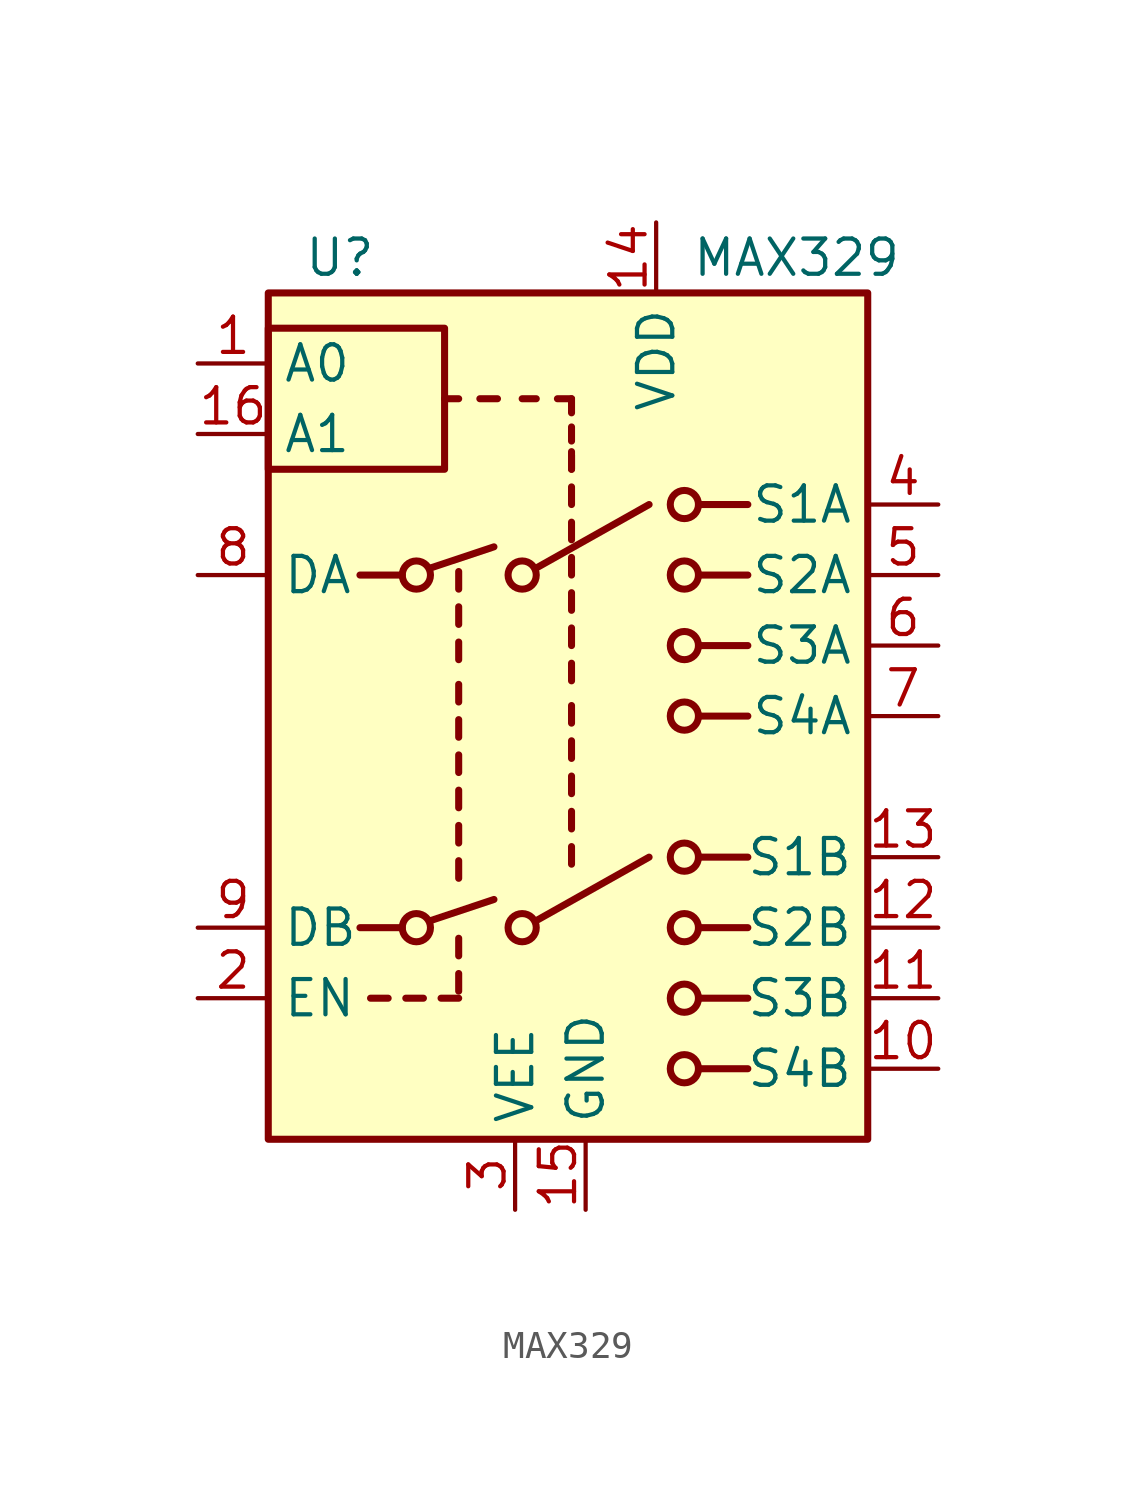
<source format=kicad_sym>
(kicad_symbol_lib
  (version 20220914)
  (generator kicad_symbol_editor)
  (symbol "MAX329"
    (property "Reference" "U"
      (at -10.16 16.51 0)
      (effects (font (size 1.27 1.27)) (justify left)))
    (property "Value" "MAX329"
      (at 3.81 16.51 0)
      (effects (font (size 1.27 1.27)) (justify left)))
    (symbol "MAX329_0_1"
      (rectangle (start -11.43 8.89) (end -5.08 13.97) (stroke (width 0.254) (type solid)) (fill (type none)))
      (rectangle (start -11.43 15.24) (end 10.16 -15.24) (stroke (width 0.254) (type solid)) (fill (type background)))
      (circle (center -6.096 -7.62) (radius 0.508) (stroke (width 0.254) (type solid)) (fill (type none)))
      (circle (center -6.096 5.08) (radius 0.508) (stroke (width 0.254) (type solid)) (fill (type none)))
      (circle (center -2.286 -7.62) (radius 0.508) (stroke (width 0.254) (type solid)) (fill (type none)))
      (circle (center -2.286 5.08) (radius 0.508) (stroke (width 0.254) (type solid)) (fill (type none)))
      (polyline (pts (xy -8.128 -7.62) (xy -6.604 -7.62)) (stroke (width 0.254) (type solid)) (fill (type none)))
      (polyline (pts (xy -8.128 5.08) (xy -6.604 5.08)) (stroke (width 0.254) (type solid)) (fill (type none)))
      (polyline (pts (xy -5.588 -7.366) (xy -3.302 -6.604)) (stroke (width 0.254) (type solid)) (fill (type none)))
      (polyline (pts (xy -5.588 5.334) (xy -3.302 6.096)) (stroke (width 0.254) (type solid)) (fill (type none)))
      (polyline (pts (xy -4.572 -10.16) (xy -5.207 -10.16)) (stroke (width 0.254) (type solid)) (fill (type none)))
      (polyline (pts (xy -4.572 -9.906) (xy -4.572 -9.271)) (stroke (width 0.254) (type solid)) (fill (type none)))
      (polyline (pts (xy -4.572 -8.636) (xy -4.572 -8.001)) (stroke (width 0.254) (type solid)) (fill (type none)))
      (polyline (pts (xy -4.572 -5.842) (xy -4.572 -5.207)) (stroke (width 0.254) (type solid)) (fill (type none)))
      (polyline (pts (xy -4.572 -4.572) (xy -4.572 -3.937)) (stroke (width 0.254) (type solid)) (fill (type none)))
      (polyline (pts (xy -4.572 -3.302) (xy -4.572 -2.667)) (stroke (width 0.254) (type solid)) (fill (type none)))
      (polyline (pts (xy -4.572 -2.032) (xy -4.572 -1.397)) (stroke (width 0.254) (type solid)) (fill (type none)))
      (polyline (pts (xy -4.572 -0.762) (xy -4.572 -0.127)) (stroke (width 0.254) (type solid)) (fill (type none)))
      (polyline (pts (xy -4.572 0.508) (xy -4.572 1.143)) (stroke (width 0.254) (type solid)) (fill (type none)))
      (polyline (pts (xy -4.572 2.032) (xy -4.572 2.667)) (stroke (width 0.254) (type solid)) (fill (type none)))
      (polyline (pts (xy -4.572 3.302) (xy -4.572 3.937)) (stroke (width 0.254) (type solid)) (fill (type none)))
      (polyline (pts (xy -4.572 4.572) (xy -4.572 5.207)) (stroke (width 0.254) (type solid)) (fill (type none)))
      (polyline (pts (xy -4.572 11.43) (xy -5.08 11.43)) (stroke (width 0.254) (type solid)) (fill (type none)))
      (polyline (pts (xy -3.81 11.43) (xy -3.175 11.43)) (stroke (width 0.254) (type solid)) (fill (type none)))
      (polyline (pts (xy -1.778 -7.366) (xy 2.286 -5.08)) (stroke (width 0.254) (type solid)) (fill (type none)))
      (polyline (pts (xy -1.778 5.334) (xy 2.286 7.62)) (stroke (width 0.254) (type solid)) (fill (type none)))
      (polyline (pts (xy -1.778 11.43) (xy -2.286 11.43)) (stroke (width 0.254) (type solid)) (fill (type none)))
      (polyline (pts (xy -0.508 -5.334) (xy -0.508 -4.699)) (stroke (width 0.254) (type solid)) (fill (type none)))
      (polyline (pts (xy -0.508 -4.064) (xy -0.508 -3.429)) (stroke (width 0.254) (type solid)) (fill (type none)))
      (polyline (pts (xy -0.508 -2.794) (xy -0.508 -2.159)) (stroke (width 0.254) (type solid)) (fill (type none)))
      (polyline (pts (xy -0.508 -1.524) (xy -0.508 -0.889)) (stroke (width 0.254) (type solid)) (fill (type none)))
      (polyline (pts (xy -0.508 -0.254) (xy -0.508 0.381)) (stroke (width 0.254) (type solid)) (fill (type none)))
      (polyline (pts (xy -0.508 1.27) (xy -0.508 1.905)) (stroke (width 0.254) (type solid)) (fill (type none)))
      (polyline (pts (xy -0.508 2.54) (xy -0.508 3.175)) (stroke (width 0.254) (type solid)) (fill (type none)))
      (polyline (pts (xy -0.508 3.81) (xy -0.508 4.445)) (stroke (width 0.254) (type solid)) (fill (type none)))
      (polyline (pts (xy -0.508 5.08) (xy -0.508 5.715)) (stroke (width 0.254) (type solid)) (fill (type none)))
      (polyline (pts (xy -0.508 6.35) (xy -0.508 6.985)) (stroke (width 0.254) (type solid)) (fill (type none)))
      (polyline (pts (xy -0.508 7.62) (xy -0.508 8.255)) (stroke (width 0.254) (type solid)) (fill (type none)))
      (polyline (pts (xy -0.508 8.89) (xy -0.508 9.398)) (stroke (width 0.254) (type solid)) (fill (type none)))
      (polyline (pts (xy -0.508 8.89) (xy -0.508 9.525)) (stroke (width 0.254) (type solid)) (fill (type none)))
      (polyline (pts (xy -0.508 9.906) (xy -0.508 10.414)) (stroke (width 0.254) (type solid)) (fill (type none)))
      (polyline (pts (xy -0.508 10.922) (xy -0.508 11.43)) (stroke (width 0.254) (type solid)) (fill (type none)))
      (polyline (pts (xy -0.508 11.43) (xy -1.016 11.43)) (stroke (width 0.254) (type solid)) (fill (type none)))
      (polyline (pts (xy 4.064 -12.7) (xy 5.842 -12.7)) (stroke (width 0.254) (type solid)) (fill (type none)))
      (polyline (pts (xy 4.064 -10.16) (xy 5.842 -10.16)) (stroke (width 0.254) (type solid)) (fill (type none)))
      (polyline (pts (xy 4.064 -7.62) (xy 5.842 -7.62)) (stroke (width 0.254) (type solid)) (fill (type none)))
      (polyline (pts (xy 4.064 -5.08) (xy 5.842 -5.08)) (stroke (width 0.254) (type solid)) (fill (type none)))
      (polyline (pts (xy 4.064 0) (xy 5.842 0)) (stroke (width 0.254) (type solid)) (fill (type none)))
      (polyline (pts (xy 4.064 2.54) (xy 5.842 2.54)) (stroke (width 0.254) (type solid)) (fill (type none)))
      (polyline (pts (xy 4.064 5.08) (xy 5.842 5.08)) (stroke (width 0.254) (type solid)) (fill (type none)))
      (polyline (pts (xy 4.064 7.62) (xy 5.842 7.62)) (stroke (width 0.254) (type solid)) (fill (type none)))
      (circle (center 3.556 -12.7) (radius 0.508) (stroke (width 0.254) (type solid)) (fill (type none)))
      (circle (center 3.556 -10.16) (radius 0.508) (stroke (width 0.254) (type solid)) (fill (type none)))
      (circle (center 3.556 -7.62) (radius 0.508) (stroke (width 0.254) (type solid)) (fill (type none)))
      (circle (center 3.556 -5.08) (radius 0.508) (stroke (width 0.254) (type solid)) (fill (type none)))
      (circle (center 3.556 0) (radius 0.508) (stroke (width 0.254) (type solid)) (fill (type none)))
      (circle (center 3.556 2.54) (radius 0.508) (stroke (width 0.254) (type solid)) (fill (type none)))
      (circle (center 3.556 5.08) (radius 0.508) (stroke (width 0.254) (type solid)) (fill (type none)))
      (circle (center 3.556 7.62) (radius 0.508) (stroke (width 0.254) (type solid)) (fill (type none))))
    (symbol "MAX329_1_1"
      (polyline (pts (xy -7.112 -10.16) (xy -7.747 -10.16)) (stroke (width 0.254) (type solid)) (fill (type none)))
      (polyline (pts (xy -5.842 -10.16) (xy -6.477 -10.16)) (stroke (width 0.254) (type solid)) (fill (type none)))
      (pin input line (at -13.97 12.7 0) (length 2.54) (name "A0" (effects (font (size 1.27 1.27)))) (number "1" (effects (font (size 1.27 1.27)))))
      (pin bidirectional line (at 12.7 -12.7 180) (length 2.54) (name "S4B" (effects (font (size 1.27 1.27)))) (number "10" (effects (font (size 1.27 1.27)))))
      (pin bidirectional line (at 12.7 -10.16 180) (length 2.54) (name "S3B" (effects (font (size 1.27 1.27)))) (number "11" (effects (font (size 1.27 1.27)))))
      (pin bidirectional line (at 12.7 -7.62 180) (length 2.54) (name "S2B" (effects (font (size 1.27 1.27)))) (number "12" (effects (font (size 1.27 1.27)))))
      (pin bidirectional line (at 12.7 -5.08 180) (length 2.54) (name "S1B" (effects (font (size 1.27 1.27)))) (number "13" (effects (font (size 1.27 1.27)))))
      (pin power_in line (at 2.54 17.78 270) (length 2.54) (name "VDD" (effects (font (size 1.27 1.27)))) (number "14" (effects (font (size 1.27 1.27)))))
      (pin power_in line (at 0 -17.78 90) (length 2.54) (name "GND" (effects (font (size 1.27 1.27)))) (number "15" (effects (font (size 1.27 1.27)))))
      (pin input line (at -13.97 10.16 0) (length 2.54) (name "A1" (effects (font (size 1.27 1.27)))) (number "16" (effects (font (size 1.27 1.27)))))
      (pin input line (at -13.97 -10.16 0) (length 2.54) (name "EN" (effects (font (size 1.27 1.27)))) (number "2" (effects (font (size 1.27 1.27)))))
      (pin power_in line (at -2.54 -17.78 90) (length 2.54) (name "VEE" (effects (font (size 1.27 1.27)))) (number "3" (effects (font (size 1.27 1.27)))))
      (pin bidirectional line (at 12.7 7.62 180) (length 2.54) (name "S1A" (effects (font (size 1.27 1.27)))) (number "4" (effects (font (size 1.27 1.27)))))
      (pin bidirectional line (at 12.7 5.08 180) (length 2.54) (name "S2A" (effects (font (size 1.27 1.27)))) (number "5" (effects (font (size 1.27 1.27)))))
      (pin bidirectional line (at 12.7 2.54 180) (length 2.54) (name "S3A" (effects (font (size 1.27 1.27)))) (number "6" (effects (font (size 1.27 1.27)))))
      (pin bidirectional line (at 12.7 0 180) (length 2.54) (name "S4A" (effects (font (size 1.27 1.27)))) (number "7" (effects (font (size 1.27 1.27)))))
      (pin bidirectional line (at -13.97 5.08 0) (length 2.54) (name "DA" (effects (font (size 1.27 1.27)))) (number "8" (effects (font (size 1.27 1.27)))))
      (pin bidirectional line (at -13.97 -7.62 0) (length 2.54) (name "DB" (effects (font (size 1.27 1.27)))) (number "9" (effects (font (size 1.27 1.27))))))))
</source>
